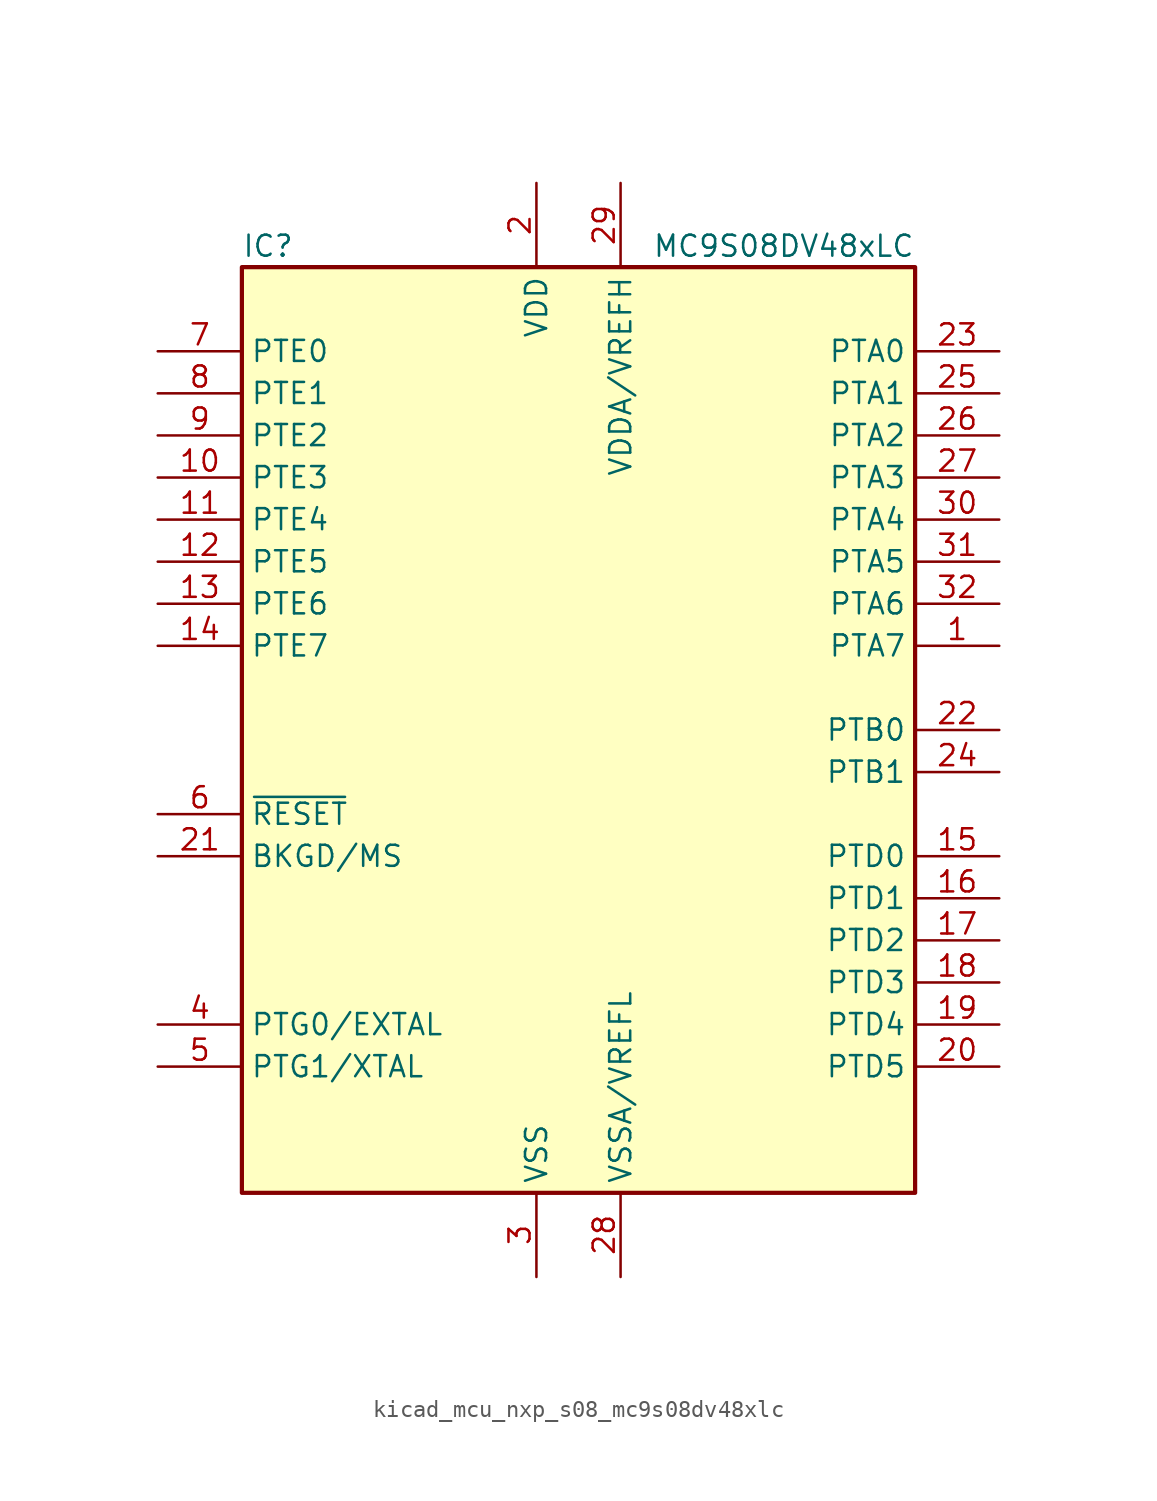
<source format=kicad_sym>
(kicad_symbol_lib
  (version 20220914)
  (generator kicad_symbol_editor)
  (symbol "kicad_mcu_nxp_s08_mc9s08dv48xlc"
    (property "Reference" "IC"
      (at -20.32 29.21 0)
      (effects (font (size 1.27 1.27)) (justify left)))
    (property "Value" "MC9S08DV48xLC"
      (at 20.32 29.21 0)
      (effects (font (size 1.27 1.27)) (justify right)))
    (symbol "kicad_mcu_nxp_s08_mc9s08dv48xlc_0_1"
      (rectangle (start -20.32 27.94) (end 20.32 -27.94) (stroke (width 0.254) (type default)) (fill (type background))))
    (symbol "kicad_mcu_nxp_s08_mc9s08dv48xlc_1_1"
      (pin bidirectional line (at 25.4 5.08 180) (length 5.08) (name "PTA7" (effects (font (size 1.27 1.27)))) (number "1" (effects (font (size 1.27 1.27)))))
      (pin bidirectional line (at -25.4 15.24 0) (length 5.08) (name "PTE3" (effects (font (size 1.27 1.27)))) (number "10" (effects (font (size 1.27 1.27)))))
      (pin bidirectional line (at -25.4 12.7 0) (length 5.08) (name "PTE4" (effects (font (size 1.27 1.27)))) (number "11" (effects (font (size 1.27 1.27)))))
      (pin bidirectional line (at -25.4 10.16 0) (length 5.08) (name "PTE5" (effects (font (size 1.27 1.27)))) (number "12" (effects (font (size 1.27 1.27)))))
      (pin bidirectional line (at -25.4 7.62 0) (length 5.08) (name "PTE6" (effects (font (size 1.27 1.27)))) (number "13" (effects (font (size 1.27 1.27)))))
      (pin bidirectional line (at -25.4 5.08 0) (length 5.08) (name "PTE7" (effects (font (size 1.27 1.27)))) (number "14" (effects (font (size 1.27 1.27)))))
      (pin bidirectional line (at 25.4 -7.62 180) (length 5.08) (name "PTD0" (effects (font (size 1.27 1.27)))) (number "15" (effects (font (size 1.27 1.27)))))
      (pin bidirectional line (at 25.4 -10.16 180) (length 5.08) (name "PTD1" (effects (font (size 1.27 1.27)))) (number "16" (effects (font (size 1.27 1.27)))))
      (pin bidirectional line (at 25.4 -12.7 180) (length 5.08) (name "PTD2" (effects (font (size 1.27 1.27)))) (number "17" (effects (font (size 1.27 1.27)))))
      (pin bidirectional line (at 25.4 -15.24 180) (length 5.08) (name "PTD3" (effects (font (size 1.27 1.27)))) (number "18" (effects (font (size 1.27 1.27)))))
      (pin bidirectional line (at 25.4 -17.78 180) (length 5.08) (name "PTD4" (effects (font (size 1.27 1.27)))) (number "19" (effects (font (size 1.27 1.27)))))
      (pin power_in line (at -2.54 33.02 270) (length 5.08) (name "VDD" (effects (font (size 1.27 1.27)))) (number "2" (effects (font (size 1.27 1.27)))))
      (pin bidirectional line (at 25.4 -20.32 180) (length 5.08) (name "PTD5" (effects (font (size 1.27 1.27)))) (number "20" (effects (font (size 1.27 1.27)))))
      (pin bidirectional line (at -25.4 -7.62 0) (length 5.08) (name "BKGD/MS" (effects (font (size 1.27 1.27)))) (number "21" (effects (font (size 1.27 1.27)))))
      (pin bidirectional line (at 25.4 0 180) (length 5.08) (name "PTB0" (effects (font (size 1.27 1.27)))) (number "22" (effects (font (size 1.27 1.27)))))
      (pin bidirectional line (at 25.4 22.86 180) (length 5.08) (name "PTA0" (effects (font (size 1.27 1.27)))) (number "23" (effects (font (size 1.27 1.27)))))
      (pin bidirectional line (at 25.4 -2.54 180) (length 5.08) (name "PTB1" (effects (font (size 1.27 1.27)))) (number "24" (effects (font (size 1.27 1.27)))))
      (pin bidirectional line (at 25.4 20.32 180) (length 5.08) (name "PTA1" (effects (font (size 1.27 1.27)))) (number "25" (effects (font (size 1.27 1.27)))))
      (pin bidirectional line (at 25.4 17.78 180) (length 5.08) (name "PTA2" (effects (font (size 1.27 1.27)))) (number "26" (effects (font (size 1.27 1.27)))))
      (pin bidirectional line (at 25.4 15.24 180) (length 5.08) (name "PTA3" (effects (font (size 1.27 1.27)))) (number "27" (effects (font (size 1.27 1.27)))))
      (pin power_in line (at 2.54 -33.02 90) (length 5.08) (name "VSSA/VREFL" (effects (font (size 1.27 1.27)))) (number "28" (effects (font (size 1.27 1.27)))))
      (pin power_in line (at 2.54 33.02 270) (length 5.08) (name "VDDA/VREFH" (effects (font (size 1.27 1.27)))) (number "29" (effects (font (size 1.27 1.27)))))
      (pin power_in line (at -2.54 -33.02 90) (length 5.08) (name "VSS" (effects (font (size 1.27 1.27)))) (number "3" (effects (font (size 1.27 1.27)))))
      (pin bidirectional line (at 25.4 12.7 180) (length 5.08) (name "PTA4" (effects (font (size 1.27 1.27)))) (number "30" (effects (font (size 1.27 1.27)))))
      (pin bidirectional line (at 25.4 10.16 180) (length 5.08) (name "PTA5" (effects (font (size 1.27 1.27)))) (number "31" (effects (font (size 1.27 1.27)))))
      (pin bidirectional line (at 25.4 7.62 180) (length 5.08) (name "PTA6" (effects (font (size 1.27 1.27)))) (number "32" (effects (font (size 1.27 1.27)))))
      (pin bidirectional line (at -25.4 -17.78 0) (length 5.08) (name "PTG0/EXTAL" (effects (font (size 1.27 1.27)))) (number "4" (effects (font (size 1.27 1.27)))))
      (pin bidirectional line (at -25.4 -20.32 0) (length 5.08) (name "PTG1/XTAL" (effects (font (size 1.27 1.27)))) (number "5" (effects (font (size 1.27 1.27)))))
      (pin input line (at -25.4 -5.08 0) (length 5.08) (name "~{RESET}" (effects (font (size 1.27 1.27)))) (number "6" (effects (font (size 1.27 1.27)))))
      (pin bidirectional line (at -25.4 22.86 0) (length 5.08) (name "PTE0" (effects (font (size 1.27 1.27)))) (number "7" (effects (font (size 1.27 1.27)))))
      (pin bidirectional line (at -25.4 20.32 0) (length 5.08) (name "PTE1" (effects (font (size 1.27 1.27)))) (number "8" (effects (font (size 1.27 1.27)))))
      (pin bidirectional line (at -25.4 17.78 0) (length 5.08) (name "PTE2" (effects (font (size 1.27 1.27)))) (number "9" (effects (font (size 1.27 1.27))))))))
</source>
